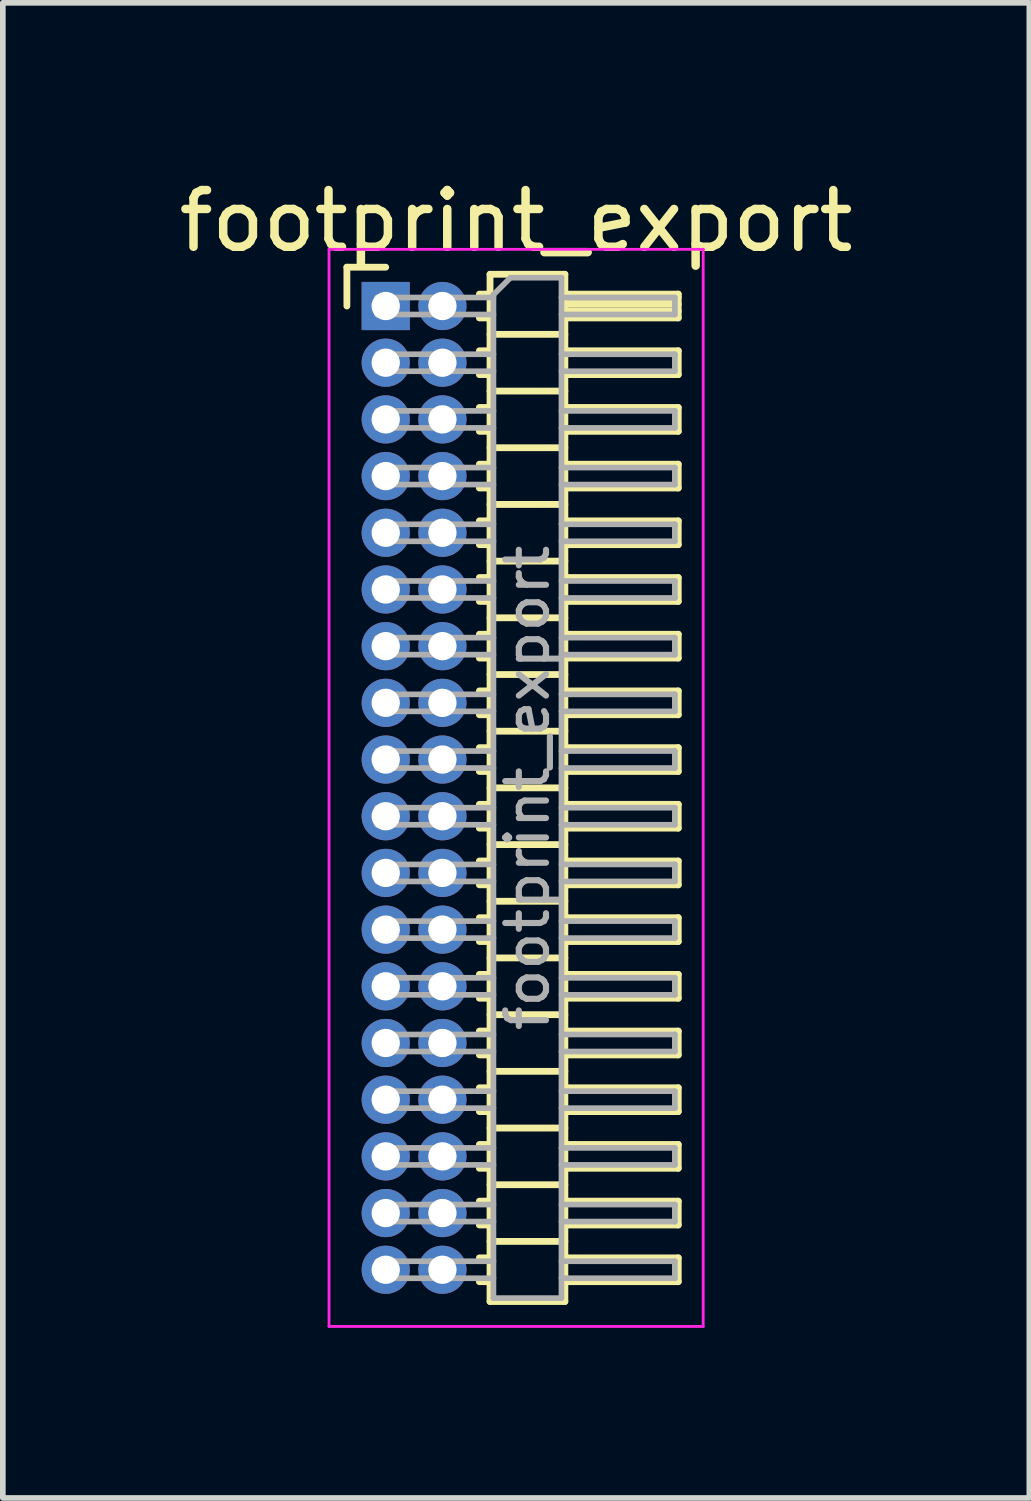
<source format=kicad_pcb>
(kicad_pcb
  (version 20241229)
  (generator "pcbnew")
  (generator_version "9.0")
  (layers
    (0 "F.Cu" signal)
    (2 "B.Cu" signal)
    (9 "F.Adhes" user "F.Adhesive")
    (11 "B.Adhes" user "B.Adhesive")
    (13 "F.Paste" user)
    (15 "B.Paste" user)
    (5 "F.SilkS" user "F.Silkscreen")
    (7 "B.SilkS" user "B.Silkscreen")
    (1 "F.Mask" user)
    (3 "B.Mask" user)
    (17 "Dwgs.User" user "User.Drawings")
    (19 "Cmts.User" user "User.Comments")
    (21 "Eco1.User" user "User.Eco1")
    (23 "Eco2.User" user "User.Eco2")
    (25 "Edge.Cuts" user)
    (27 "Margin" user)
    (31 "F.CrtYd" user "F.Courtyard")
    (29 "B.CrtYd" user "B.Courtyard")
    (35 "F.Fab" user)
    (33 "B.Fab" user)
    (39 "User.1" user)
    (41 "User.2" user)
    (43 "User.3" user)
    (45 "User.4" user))
  (footprint "footprint_export"
    (layer "F.Cu")
    (at 3.754 2.348)
    (property "Reference" "footprint_export" (at 2.3 -1.5 0) (layer "F.SilkS") (effects (font (size 1 1) (thickness 0.15))))
    (attr through_hole)
    (fp_line (start -0.685 -0.685) (end 0 -0.685) (stroke (width 0.12) (type solid)) (layer "F.SilkS"))
    (fp_line (start -0.685 0) (end -0.685 -0.685) (stroke (width 0.12) (type solid)) (layer "F.SilkS"))
    (fp_line (start 1.652 -0.21) (end 1.84 -0.21) (stroke (width 0.12) (type solid)) (layer "F.SilkS"))
    (fp_line (start 1.652 0.21) (end 1.84 0.21) (stroke (width 0.12) (type solid)) (layer "F.SilkS"))
    (fp_line (start 1.652 0.79) (end 1.84 0.79) (stroke (width 0.12) (type solid)) (layer "F.SilkS"))
    (fp_line (start 1.652 1.21) (end 1.84 1.21) (stroke (width 0.12) (type solid)) (layer "F.SilkS"))
    (fp_line (start 1.652 1.79) (end 1.84 1.79) (stroke (width 0.12) (type solid)) (layer "F.SilkS"))
    (fp_line (start 1.652 2.21) (end 1.84 2.21) (stroke (width 0.12) (type solid)) (layer "F.SilkS"))
    (fp_line (start 1.652 2.79) (end 1.84 2.79) (stroke (width 0.12) (type solid)) (layer "F.SilkS"))
    (fp_line (start 1.652 3.21) (end 1.84 3.21) (stroke (width 0.12) (type solid)) (layer "F.SilkS"))
    (fp_line (start 1.652 3.79) (end 1.84 3.79) (stroke (width 0.12) (type solid)) (layer "F.SilkS"))
    (fp_line (start 1.652 4.21) (end 1.84 4.21) (stroke (width 0.12) (type solid)) (layer "F.SilkS"))
    (fp_line (start 1.652 4.79) (end 1.84 4.79) (stroke (width 0.12) (type solid)) (layer "F.SilkS"))
    (fp_line (start 1.652 5.21) (end 1.84 5.21) (stroke (width 0.12) (type solid)) (layer "F.SilkS"))
    (fp_line (start 1.652 5.79) (end 1.84 5.79) (stroke (width 0.12) (type solid)) (layer "F.SilkS"))
    (fp_line (start 1.652 6.21) (end 1.84 6.21) (stroke (width 0.12) (type solid)) (layer "F.SilkS"))
    (fp_line (start 1.652 6.79) (end 1.84 6.79) (stroke (width 0.12) (type solid)) (layer "F.SilkS"))
    (fp_line (start 1.652 7.21) (end 1.84 7.21) (stroke (width 0.12) (type solid)) (layer "F.SilkS"))
    (fp_line (start 1.652 7.79) (end 1.84 7.79) (stroke (width 0.12) (type solid)) (layer "F.SilkS"))
    (fp_line (start 1.652 8.21) (end 1.84 8.21) (stroke (width 0.12) (type solid)) (layer "F.SilkS"))
    (fp_line (start 1.652 8.79) (end 1.84 8.79) (stroke (width 0.12) (type solid)) (layer "F.SilkS"))
    (fp_line (start 1.652 9.21) (end 1.84 9.21) (stroke (width 0.12) (type solid)) (layer "F.SilkS"))
    (fp_line (start 1.652 9.79) (end 1.84 9.79) (stroke (width 0.12) (type solid)) (layer "F.SilkS"))
    (fp_line (start 1.652 10.21) (end 1.84 10.21) (stroke (width 0.12) (type solid)) (layer "F.SilkS"))
    (fp_line (start 1.652 10.79) (end 1.84 10.79) (stroke (width 0.12) (type solid)) (layer "F.SilkS"))
    (fp_line (start 1.652 11.21) (end 1.84 11.21) (stroke (width 0.12) (type solid)) (layer "F.SilkS"))
    (fp_line (start 1.652 11.79) (end 1.84 11.79) (stroke (width 0.12) (type solid)) (layer "F.SilkS"))
    (fp_line (start 1.652 12.21) (end 1.84 12.21) (stroke (width 0.12) (type solid)) (layer "F.SilkS"))
    (fp_line (start 1.652 12.79) (end 1.84 12.79) (stroke (width 0.12) (type solid)) (layer "F.SilkS"))
    (fp_line (start 1.652 13.21) (end 1.84 13.21) (stroke (width 0.12) (type solid)) (layer "F.SilkS"))
    (fp_line (start 1.652 13.79) (end 1.84 13.79) (stroke (width 0.12) (type solid)) (layer "F.SilkS"))
    (fp_line (start 1.652 14.21) (end 1.84 14.21) (stroke (width 0.12) (type solid)) (layer "F.SilkS"))
    (fp_line (start 1.652 14.79) (end 1.84 14.79) (stroke (width 0.12) (type solid)) (layer "F.SilkS"))
    (fp_line (start 1.652 15.21) (end 1.84 15.21) (stroke (width 0.12) (type solid)) (layer "F.SilkS"))
    (fp_line (start 1.652 15.79) (end 1.84 15.79) (stroke (width 0.12) (type solid)) (layer "F.SilkS"))
    (fp_line (start 1.652 16.21) (end 1.84 16.21) (stroke (width 0.12) (type solid)) (layer "F.SilkS"))
    (fp_line (start 1.652 16.79) (end 1.84 16.79) (stroke (width 0.12) (type solid)) (layer "F.SilkS"))
    (fp_line (start 1.652 17.21) (end 1.84 17.21) (stroke (width 0.12) (type solid)) (layer "F.SilkS"))
    (fp_line (start 1.84 -0.56) (end 1.84 17.56) (stroke (width 0.12) (type solid)) (layer "F.SilkS"))
    (fp_line (start 1.84 0.5) (end 3.16 0.5) (stroke (width 0.12) (type solid)) (layer "F.SilkS"))
    (fp_line (start 1.84 1.5) (end 3.16 1.5) (stroke (width 0.12) (type solid)) (layer "F.SilkS"))
    (fp_line (start 1.84 2.5) (end 3.16 2.5) (stroke (width 0.12) (type solid)) (layer "F.SilkS"))
    (fp_line (start 1.84 3.5) (end 3.16 3.5) (stroke (width 0.12) (type solid)) (layer "F.SilkS"))
    (fp_line (start 1.84 4.5) (end 3.16 4.5) (stroke (width 0.12) (type solid)) (layer "F.SilkS"))
    (fp_line (start 1.84 5.5) (end 3.16 5.5) (stroke (width 0.12) (type solid)) (layer "F.SilkS"))
    (fp_line (start 1.84 6.5) (end 3.16 6.5) (stroke (width 0.12) (type solid)) (layer "F.SilkS"))
    (fp_line (start 1.84 7.5) (end 3.16 7.5) (stroke (width 0.12) (type solid)) (layer "F.SilkS"))
    (fp_line (start 1.84 8.5) (end 3.16 8.5) (stroke (width 0.12) (type solid)) (layer "F.SilkS"))
    (fp_line (start 1.84 9.5) (end 3.16 9.5) (stroke (width 0.12) (type solid)) (layer "F.SilkS"))
    (fp_line (start 1.84 10.5) (end 3.16 10.5) (stroke (width 0.12) (type solid)) (layer "F.SilkS"))
    (fp_line (start 1.84 11.5) (end 3.16 11.5) (stroke (width 0.12) (type solid)) (layer "F.SilkS"))
    (fp_line (start 1.84 12.5) (end 3.16 12.5) (stroke (width 0.12) (type solid)) (layer "F.SilkS"))
    (fp_line (start 1.84 13.5) (end 3.16 13.5) (stroke (width 0.12) (type solid)) (layer "F.SilkS"))
    (fp_line (start 1.84 14.5) (end 3.16 14.5) (stroke (width 0.12) (type solid)) (layer "F.SilkS"))
    (fp_line (start 1.84 15.5) (end 3.16 15.5) (stroke (width 0.12) (type solid)) (layer "F.SilkS"))
    (fp_line (start 1.84 16.5) (end 3.16 16.5) (stroke (width 0.12) (type solid)) (layer "F.SilkS"))
    (fp_line (start 1.84 17.56) (end 3.16 17.56) (stroke (width 0.12) (type solid)) (layer "F.SilkS"))
    (fp_line (start 3.16 -0.56) (end 1.84 -0.56) (stroke (width 0.12) (type solid)) (layer "F.SilkS"))
    (fp_line (start 3.16 -0.21) (end 5.16 -0.21) (stroke (width 0.12) (type solid)) (layer "F.SilkS"))
    (fp_line (start 3.16 -0.15) (end 5.16 -0.15) (stroke (width 0.12) (type solid)) (layer "F.SilkS"))
    (fp_line (start 3.16 -0.03) (end 5.16 -0.03) (stroke (width 0.12) (type solid)) (layer "F.SilkS"))
    (fp_line (start 3.16 0.09) (end 5.16 0.09) (stroke (width 0.12) (type solid)) (layer "F.SilkS"))
    (fp_line (start 3.16 0.79) (end 5.16 0.79) (stroke (width 0.12) (type solid)) (layer "F.SilkS"))
    (fp_line (start 3.16 1.79) (end 5.16 1.79) (stroke (width 0.12) (type solid)) (layer "F.SilkS"))
    (fp_line (start 3.16 2.79) (end 5.16 2.79) (stroke (width 0.12) (type solid)) (layer "F.SilkS"))
    (fp_line (start 3.16 3.79) (end 5.16 3.79) (stroke (width 0.12) (type solid)) (layer "F.SilkS"))
    (fp_line (start 3.16 4.79) (end 5.16 4.79) (stroke (width 0.12) (type solid)) (layer "F.SilkS"))
    (fp_line (start 3.16 5.79) (end 5.16 5.79) (stroke (width 0.12) (type solid)) (layer "F.SilkS"))
    (fp_line (start 3.16 6.79) (end 5.16 6.79) (stroke (width 0.12) (type solid)) (layer "F.SilkS"))
    (fp_line (start 3.16 7.79) (end 5.16 7.79) (stroke (width 0.12) (type solid)) (layer "F.SilkS"))
    (fp_line (start 3.16 8.79) (end 5.16 8.79) (stroke (width 0.12) (type solid)) (layer "F.SilkS"))
    (fp_line (start 3.16 9.79) (end 5.16 9.79) (stroke (width 0.12) (type solid)) (layer "F.SilkS"))
    (fp_line (start 3.16 10.79) (end 5.16 10.79) (stroke (width 0.12) (type solid)) (layer "F.SilkS"))
    (fp_line (start 3.16 11.79) (end 5.16 11.79) (stroke (width 0.12) (type solid)) (layer "F.SilkS"))
    (fp_line (start 3.16 12.79) (end 5.16 12.79) (stroke (width 0.12) (type solid)) (layer "F.SilkS"))
    (fp_line (start 3.16 13.79) (end 5.16 13.79) (stroke (width 0.12) (type solid)) (layer "F.SilkS"))
    (fp_line (start 3.16 14.79) (end 5.16 14.79) (stroke (width 0.12) (type solid)) (layer "F.SilkS"))
    (fp_line (start 3.16 15.79) (end 5.16 15.79) (stroke (width 0.12) (type solid)) (layer "F.SilkS"))
    (fp_line (start 3.16 16.79) (end 5.16 16.79) (stroke (width 0.12) (type solid)) (layer "F.SilkS"))
    (fp_line (start 3.16 17.56) (end 3.16 -0.56) (stroke (width 0.12) (type solid)) (layer "F.SilkS"))
    (fp_line (start 5.16 -0.21) (end 5.16 0.21) (stroke (width 0.12) (type solid)) (layer "F.SilkS"))
    (fp_line (start 5.16 0.21) (end 3.16 0.21) (stroke (width 0.12) (type solid)) (layer "F.SilkS"))
    (fp_line (start 5.16 0.79) (end 5.16 1.21) (stroke (width 0.12) (type solid)) (layer "F.SilkS"))
    (fp_line (start 5.16 1.21) (end 3.16 1.21) (stroke (width 0.12) (type solid)) (layer "F.SilkS"))
    (fp_line (start 5.16 1.79) (end 5.16 2.21) (stroke (width 0.12) (type solid)) (layer "F.SilkS"))
    (fp_line (start 5.16 2.21) (end 3.16 2.21) (stroke (width 0.12) (type solid)) (layer "F.SilkS"))
    (fp_line (start 5.16 2.79) (end 5.16 3.21) (stroke (width 0.12) (type solid)) (layer "F.SilkS"))
    (fp_line (start 5.16 3.21) (end 3.16 3.21) (stroke (width 0.12) (type solid)) (layer "F.SilkS"))
    (fp_line (start 5.16 3.79) (end 5.16 4.21) (stroke (width 0.12) (type solid)) (layer "F.SilkS"))
    (fp_line (start 5.16 4.21) (end 3.16 4.21) (stroke (width 0.12) (type solid)) (layer "F.SilkS"))
    (fp_line (start 5.16 4.79) (end 5.16 5.21) (stroke (width 0.12) (type solid)) (layer "F.SilkS"))
    (fp_line (start 5.16 5.21) (end 3.16 5.21) (stroke (width 0.12) (type solid)) (layer "F.SilkS"))
    (fp_line (start 5.16 5.79) (end 5.16 6.21) (stroke (width 0.12) (type solid)) (layer "F.SilkS"))
    (fp_line (start 5.16 6.21) (end 3.16 6.21) (stroke (width 0.12) (type solid)) (layer "F.SilkS"))
    (fp_line (start 5.16 6.79) (end 5.16 7.21) (stroke (width 0.12) (type solid)) (layer "F.SilkS"))
    (fp_line (start 5.16 7.21) (end 3.16 7.21) (stroke (width 0.12) (type solid)) (layer "F.SilkS"))
    (fp_line (start 5.16 7.79) (end 5.16 8.21) (stroke (width 0.12) (type solid)) (layer "F.SilkS"))
    (fp_line (start 5.16 8.21) (end 3.16 8.21) (stroke (width 0.12) (type solid)) (layer "F.SilkS"))
    (fp_line (start 5.16 8.79) (end 5.16 9.21) (stroke (width 0.12) (type solid)) (layer "F.SilkS"))
    (fp_line (start 5.16 9.21) (end 3.16 9.21) (stroke (width 0.12) (type solid)) (layer "F.SilkS"))
    (fp_line (start 5.16 9.79) (end 5.16 10.21) (stroke (width 0.12) (type solid)) (layer "F.SilkS"))
    (fp_line (start 5.16 10.21) (end 3.16 10.21) (stroke (width 0.12) (type solid)) (layer "F.SilkS"))
    (fp_line (start 5.16 10.79) (end 5.16 11.21) (stroke (width 0.12) (type solid)) (layer "F.SilkS"))
    (fp_line (start 5.16 11.21) (end 3.16 11.21) (stroke (width 0.12) (type solid)) (layer "F.SilkS"))
    (fp_line (start 5.16 11.79) (end 5.16 12.21) (stroke (width 0.12) (type solid)) (layer "F.SilkS"))
    (fp_line (start 5.16 12.21) (end 3.16 12.21) (stroke (width 0.12) (type solid)) (layer "F.SilkS"))
    (fp_line (start 5.16 12.79) (end 5.16 13.21) (stroke (width 0.12) (type solid)) (layer "F.SilkS"))
    (fp_line (start 5.16 13.21) (end 3.16 13.21) (stroke (width 0.12) (type solid)) (layer "F.SilkS"))
    (fp_line (start 5.16 13.79) (end 5.16 14.21) (stroke (width 0.12) (type solid)) (layer "F.SilkS"))
    (fp_line (start 5.16 14.21) (end 3.16 14.21) (stroke (width 0.12) (type solid)) (layer "F.SilkS"))
    (fp_line (start 5.16 14.79) (end 5.16 15.21) (stroke (width 0.12) (type solid)) (layer "F.SilkS"))
    (fp_line (start 5.16 15.21) (end 3.16 15.21) (stroke (width 0.12) (type solid)) (layer "F.SilkS"))
    (fp_line (start 5.16 15.79) (end 5.16 16.21) (stroke (width 0.12) (type solid)) (layer "F.SilkS"))
    (fp_line (start 5.16 16.21) (end 3.16 16.21) (stroke (width 0.12) (type solid)) (layer "F.SilkS"))
    (fp_line (start 5.16 16.79) (end 5.16 17.21) (stroke (width 0.12) (type solid)) (layer "F.SilkS"))
    (fp_line (start 5.16 17.21) (end 3.16 17.21) (stroke (width 0.12) (type solid)) (layer "F.SilkS"))
    (fp_line (start -1 -1) (end -1 18) (stroke (width 0.05) (type solid)) (layer "F.CrtYd"))
    (fp_line (start -1 18) (end 5.6 18) (stroke (width 0.05) (type solid)) (layer "F.CrtYd"))
    (fp_line (start 5.6 -1) (end -1 -1) (stroke (width 0.05) (type solid)) (layer "F.CrtYd"))
    (fp_line (start 5.6 18) (end 5.6 -1) (stroke (width 0.05) (type solid)) (layer "F.CrtYd"))
    (fp_line (start -0.15 -0.15) (end -0.15 0.15) (stroke (width 0.1) (type solid)) (layer "F.Fab"))
    (fp_line (start -0.15 -0.15) (end 1.9 -0.15) (stroke (width 0.1) (type solid)) (layer "F.Fab"))
    (fp_line (start -0.15 0.15) (end 1.9 0.15) (stroke (width 0.1) (type solid)) (layer "F.Fab"))
    (fp_line (start -0.15 0.85) (end -0.15 1.15) (stroke (width 0.1) (type solid)) (layer "F.Fab"))
    (fp_line (start -0.15 0.85) (end 1.9 0.85) (stroke (width 0.1) (type solid)) (layer "F.Fab"))
    (fp_line (start -0.15 1.15) (end 1.9 1.15) (stroke (width 0.1) (type solid)) (layer "F.Fab"))
    (fp_line (start -0.15 1.85) (end -0.15 2.15) (stroke (width 0.1) (type solid)) (layer "F.Fab"))
    (fp_line (start -0.15 1.85) (end 1.9 1.85) (stroke (width 0.1) (type solid)) (layer "F.Fab"))
    (fp_line (start -0.15 2.15) (end 1.9 2.15) (stroke (width 0.1) (type solid)) (layer "F.Fab"))
    (fp_line (start -0.15 2.85) (end -0.15 3.15) (stroke (width 0.1) (type solid)) (layer "F.Fab"))
    (fp_line (start -0.15 2.85) (end 1.9 2.85) (stroke (width 0.1) (type solid)) (layer "F.Fab"))
    (fp_line (start -0.15 3.15) (end 1.9 3.15) (stroke (width 0.1) (type solid)) (layer "F.Fab"))
    (fp_line (start -0.15 3.85) (end -0.15 4.15) (stroke (width 0.1) (type solid)) (layer "F.Fab"))
    (fp_line (start -0.15 3.85) (end 1.9 3.85) (stroke (width 0.1) (type solid)) (layer "F.Fab"))
    (fp_line (start -0.15 4.15) (end 1.9 4.15) (stroke (width 0.1) (type solid)) (layer "F.Fab"))
    (fp_line (start -0.15 4.85) (end -0.15 5.15) (stroke (width 0.1) (type solid)) (layer "F.Fab"))
    (fp_line (start -0.15 4.85) (end 1.9 4.85) (stroke (width 0.1) (type solid)) (layer "F.Fab"))
    (fp_line (start -0.15 5.15) (end 1.9 5.15) (stroke (width 0.1) (type solid)) (layer "F.Fab"))
    (fp_line (start -0.15 5.85) (end -0.15 6.15) (stroke (width 0.1) (type solid)) (layer "F.Fab"))
    (fp_line (start -0.15 5.85) (end 1.9 5.85) (stroke (width 0.1) (type solid)) (layer "F.Fab"))
    (fp_line (start -0.15 6.15) (end 1.9 6.15) (stroke (width 0.1) (type solid)) (layer "F.Fab"))
    (fp_line (start -0.15 6.85) (end -0.15 7.15) (stroke (width 0.1) (type solid)) (layer "F.Fab"))
    (fp_line (start -0.15 6.85) (end 1.9 6.85) (stroke (width 0.1) (type solid)) (layer "F.Fab"))
    (fp_line (start -0.15 7.15) (end 1.9 7.15) (stroke (width 0.1) (type solid)) (layer "F.Fab"))
    (fp_line (start -0.15 7.85) (end -0.15 8.15) (stroke (width 0.1) (type solid)) (layer "F.Fab"))
    (fp_line (start -0.15 7.85) (end 1.9 7.85) (stroke (width 0.1) (type solid)) (layer "F.Fab"))
    (fp_line (start -0.15 8.15) (end 1.9 8.15) (stroke (width 0.1) (type solid)) (layer "F.Fab"))
    (fp_line (start -0.15 8.85) (end -0.15 9.15) (stroke (width 0.1) (type solid)) (layer "F.Fab"))
    (fp_line (start -0.15 8.85) (end 1.9 8.85) (stroke (width 0.1) (type solid)) (layer "F.Fab"))
    (fp_line (start -0.15 9.15) (end 1.9 9.15) (stroke (width 0.1) (type solid)) (layer "F.Fab"))
    (fp_line (start -0.15 9.85) (end -0.15 10.15) (stroke (width 0.1) (type solid)) (layer "F.Fab"))
    (fp_line (start -0.15 9.85) (end 1.9 9.85) (stroke (width 0.1) (type solid)) (layer "F.Fab"))
    (fp_line (start -0.15 10.15) (end 1.9 10.15) (stroke (width 0.1) (type solid)) (layer "F.Fab"))
    (fp_line (start -0.15 10.85) (end -0.15 11.15) (stroke (width 0.1) (type solid)) (layer "F.Fab"))
    (fp_line (start -0.15 10.85) (end 1.9 10.85) (stroke (width 0.1) (type solid)) (layer "F.Fab"))
    (fp_line (start -0.15 11.15) (end 1.9 11.15) (stroke (width 0.1) (type solid)) (layer "F.Fab"))
    (fp_line (start -0.15 11.85) (end -0.15 12.15) (stroke (width 0.1) (type solid)) (layer "F.Fab"))
    (fp_line (start -0.15 11.85) (end 1.9 11.85) (stroke (width 0.1) (type solid)) (layer "F.Fab"))
    (fp_line (start -0.15 12.15) (end 1.9 12.15) (stroke (width 0.1) (type solid)) (layer "F.Fab"))
    (fp_line (start -0.15 12.85) (end -0.15 13.15) (stroke (width 0.1) (type solid)) (layer "F.Fab"))
    (fp_line (start -0.15 12.85) (end 1.9 12.85) (stroke (width 0.1) (type solid)) (layer "F.Fab"))
    (fp_line (start -0.15 13.15) (end 1.9 13.15) (stroke (width 0.1) (type solid)) (layer "F.Fab"))
    (fp_line (start -0.15 13.85) (end -0.15 14.15) (stroke (width 0.1) (type solid)) (layer "F.Fab"))
    (fp_line (start -0.15 13.85) (end 1.9 13.85) (stroke (width 0.1) (type solid)) (layer "F.Fab"))
    (fp_line (start -0.15 14.15) (end 1.9 14.15) (stroke (width 0.1) (type solid)) (layer "F.Fab"))
    (fp_line (start -0.15 14.85) (end -0.15 15.15) (stroke (width 0.1) (type solid)) (layer "F.Fab"))
    (fp_line (start -0.15 14.85) (end 1.9 14.85) (stroke (width 0.1) (type solid)) (layer "F.Fab"))
    (fp_line (start -0.15 15.15) (end 1.9 15.15) (stroke (width 0.1) (type solid)) (layer "F.Fab"))
    (fp_line (start -0.15 15.85) (end -0.15 16.15) (stroke (width 0.1) (type solid)) (layer "F.Fab"))
    (fp_line (start -0.15 15.85) (end 1.9 15.85) (stroke (width 0.1) (type solid)) (layer "F.Fab"))
    (fp_line (start -0.15 16.15) (end 1.9 16.15) (stroke (width 0.1) (type solid)) (layer "F.Fab"))
    (fp_line (start -0.15 16.85) (end -0.15 17.15) (stroke (width 0.1) (type solid)) (layer "F.Fab"))
    (fp_line (start -0.15 16.85) (end 1.9 16.85) (stroke (width 0.1) (type solid)) (layer "F.Fab"))
    (fp_line (start -0.15 17.15) (end 1.9 17.15) (stroke (width 0.1) (type solid)) (layer "F.Fab"))
    (fp_line (start 1.9 -0.2) (end 2.2 -0.5) (stroke (width 0.1) (type solid)) (layer "F.Fab"))
    (fp_line (start 1.9 17.5) (end 1.9 -0.2) (stroke (width 0.1) (type solid)) (layer "F.Fab"))
    (fp_line (start 2.2 -0.5) (end 3.1 -0.5) (stroke (width 0.1) (type solid)) (layer "F.Fab"))
    (fp_line (start 3.1 -0.5) (end 3.1 17.5) (stroke (width 0.1) (type solid)) (layer "F.Fab"))
    (fp_line (start 3.1 -0.15) (end 5.1 -0.15) (stroke (width 0.1) (type solid)) (layer "F.Fab"))
    (fp_line (start 3.1 0.15) (end 5.1 0.15) (stroke (width 0.1) (type solid)) (layer "F.Fab"))
    (fp_line (start 3.1 0.85) (end 5.1 0.85) (stroke (width 0.1) (type solid)) (layer "F.Fab"))
    (fp_line (start 3.1 1.15) (end 5.1 1.15) (stroke (width 0.1) (type solid)) (layer "F.Fab"))
    (fp_line (start 3.1 1.85) (end 5.1 1.85) (stroke (width 0.1) (type solid)) (layer "F.Fab"))
    (fp_line (start 3.1 2.15) (end 5.1 2.15) (stroke (width 0.1) (type solid)) (layer "F.Fab"))
    (fp_line (start 3.1 2.85) (end 5.1 2.85) (stroke (width 0.1) (type solid)) (layer "F.Fab"))
    (fp_line (start 3.1 3.15) (end 5.1 3.15) (stroke (width 0.1) (type solid)) (layer "F.Fab"))
    (fp_line (start 3.1 3.85) (end 5.1 3.85) (stroke (width 0.1) (type solid)) (layer "F.Fab"))
    (fp_line (start 3.1 4.15) (end 5.1 4.15) (stroke (width 0.1) (type solid)) (layer "F.Fab"))
    (fp_line (start 3.1 4.85) (end 5.1 4.85) (stroke (width 0.1) (type solid)) (layer "F.Fab"))
    (fp_line (start 3.1 5.15) (end 5.1 5.15) (stroke (width 0.1) (type solid)) (layer "F.Fab"))
    (fp_line (start 3.1 5.85) (end 5.1 5.85) (stroke (width 0.1) (type solid)) (layer "F.Fab"))
    (fp_line (start 3.1 6.15) (end 5.1 6.15) (stroke (width 0.1) (type solid)) (layer "F.Fab"))
    (fp_line (start 3.1 6.85) (end 5.1 6.85) (stroke (width 0.1) (type solid)) (layer "F.Fab"))
    (fp_line (start 3.1 7.15) (end 5.1 7.15) (stroke (width 0.1) (type solid)) (layer "F.Fab"))
    (fp_line (start 3.1 7.85) (end 5.1 7.85) (stroke (width 0.1) (type solid)) (layer "F.Fab"))
    (fp_line (start 3.1 8.15) (end 5.1 8.15) (stroke (width 0.1) (type solid)) (layer "F.Fab"))
    (fp_line (start 3.1 8.85) (end 5.1 8.85) (stroke (width 0.1) (type solid)) (layer "F.Fab"))
    (fp_line (start 3.1 9.15) (end 5.1 9.15) (stroke (width 0.1) (type solid)) (layer "F.Fab"))
    (fp_line (start 3.1 9.85) (end 5.1 9.85) (stroke (width 0.1) (type solid)) (layer "F.Fab"))
    (fp_line (start 3.1 10.15) (end 5.1 10.15) (stroke (width 0.1) (type solid)) (layer "F.Fab"))
    (fp_line (start 3.1 10.85) (end 5.1 10.85) (stroke (width 0.1) (type solid)) (layer "F.Fab"))
    (fp_line (start 3.1 11.15) (end 5.1 11.15) (stroke (width 0.1) (type solid)) (layer "F.Fab"))
    (fp_line (start 3.1 11.85) (end 5.1 11.85) (stroke (width 0.1) (type solid)) (layer "F.Fab"))
    (fp_line (start 3.1 12.15) (end 5.1 12.15) (stroke (width 0.1) (type solid)) (layer "F.Fab"))
    (fp_line (start 3.1 12.85) (end 5.1 12.85) (stroke (width 0.1) (type solid)) (layer "F.Fab"))
    (fp_line (start 3.1 13.15) (end 5.1 13.15) (stroke (width 0.1) (type solid)) (layer "F.Fab"))
    (fp_line (start 3.1 13.85) (end 5.1 13.85) (stroke (width 0.1) (type solid)) (layer "F.Fab"))
    (fp_line (start 3.1 14.15) (end 5.1 14.15) (stroke (width 0.1) (type solid)) (layer "F.Fab"))
    (fp_line (start 3.1 14.85) (end 5.1 14.85) (stroke (width 0.1) (type solid)) (layer "F.Fab"))
    (fp_line (start 3.1 15.15) (end 5.1 15.15) (stroke (width 0.1) (type solid)) (layer "F.Fab"))
    (fp_line (start 3.1 15.85) (end 5.1 15.85) (stroke (width 0.1) (type solid)) (layer "F.Fab"))
    (fp_line (start 3.1 16.15) (end 5.1 16.15) (stroke (width 0.1) (type solid)) (layer "F.Fab"))
    (fp_line (start 3.1 16.85) (end 5.1 16.85) (stroke (width 0.1) (type solid)) (layer "F.Fab"))
    (fp_line (start 3.1 17.15) (end 5.1 17.15) (stroke (width 0.1) (type solid)) (layer "F.Fab"))
    (fp_line (start 3.1 17.5) (end 1.9 17.5) (stroke (width 0.1) (type solid)) (layer "F.Fab"))
    (fp_line (start 5.1 -0.15) (end 5.1 0.15) (stroke (width 0.1) (type solid)) (layer "F.Fab"))
    (fp_line (start 5.1 0.85) (end 5.1 1.15) (stroke (width 0.1) (type solid)) (layer "F.Fab"))
    (fp_line (start 5.1 1.85) (end 5.1 2.15) (stroke (width 0.1) (type solid)) (layer "F.Fab"))
    (fp_line (start 5.1 2.85) (end 5.1 3.15) (stroke (width 0.1) (type solid)) (layer "F.Fab"))
    (fp_line (start 5.1 3.85) (end 5.1 4.15) (stroke (width 0.1) (type solid)) (layer "F.Fab"))
    (fp_line (start 5.1 4.85) (end 5.1 5.15) (stroke (width 0.1) (type solid)) (layer "F.Fab"))
    (fp_line (start 5.1 5.85) (end 5.1 6.15) (stroke (width 0.1) (type solid)) (layer "F.Fab"))
    (fp_line (start 5.1 6.85) (end 5.1 7.15) (stroke (width 0.1) (type solid)) (layer "F.Fab"))
    (fp_line (start 5.1 7.85) (end 5.1 8.15) (stroke (width 0.1) (type solid)) (layer "F.Fab"))
    (fp_line (start 5.1 8.85) (end 5.1 9.15) (stroke (width 0.1) (type solid)) (layer "F.Fab"))
    (fp_line (start 5.1 9.85) (end 5.1 10.15) (stroke (width 0.1) (type solid)) (layer "F.Fab"))
    (fp_line (start 5.1 10.85) (end 5.1 11.15) (stroke (width 0.1) (type solid)) (layer "F.Fab"))
    (fp_line (start 5.1 11.85) (end 5.1 12.15) (stroke (width 0.1) (type solid)) (layer "F.Fab"))
    (fp_line (start 5.1 12.85) (end 5.1 13.15) (stroke (width 0.1) (type solid)) (layer "F.Fab"))
    (fp_line (start 5.1 13.85) (end 5.1 14.15) (stroke (width 0.1) (type solid)) (layer "F.Fab"))
    (fp_line (start 5.1 14.85) (end 5.1 15.15) (stroke (width 0.1) (type solid)) (layer "F.Fab"))
    (fp_line (start 5.1 15.85) (end 5.1 16.15) (stroke (width 0.1) (type solid)) (layer "F.Fab"))
    (fp_line (start 5.1 16.85) (end 5.1 17.15) (stroke (width 0.1) (type solid)) (layer "F.Fab"))
    (fp_text user "${REFERENCE}" (at 2.5 8.5 90) (layer "F.Fab") (effects (font (size 0.72 0.72) (thickness 0.108))))
    (pad "1" thru_hole rect (at 0 0) (size 0.85 0.85) (drill 0.5) (layers "*.Cu" "*.Mask"))
    (pad "2" thru_hole oval (at 1 0) (size 0.85 0.85) (drill 0.5) (layers "*.Cu" "*.Mask"))
    (pad "3" thru_hole oval (at 0 1) (size 0.85 0.85) (drill 0.5) (layers "*.Cu" "*.Mask"))
    (pad "4" thru_hole oval (at 1 1) (size 0.85 0.85) (drill 0.5) (layers "*.Cu" "*.Mask"))
    (pad "5" thru_hole oval (at 0 2) (size 0.85 0.85) (drill 0.5) (layers "*.Cu" "*.Mask"))
    (pad "6" thru_hole oval (at 1 2) (size 0.85 0.85) (drill 0.5) (layers "*.Cu" "*.Mask"))
    (pad "7" thru_hole oval (at 0 3) (size 0.85 0.85) (drill 0.5) (layers "*.Cu" "*.Mask"))
    (pad "8" thru_hole oval (at 1 3) (size 0.85 0.85) (drill 0.5) (layers "*.Cu" "*.Mask"))
    (pad "9" thru_hole oval (at 0 4) (size 0.85 0.85) (drill 0.5) (layers "*.Cu" "*.Mask"))
    (pad "10" thru_hole oval (at 1 4) (size 0.85 0.85) (drill 0.5) (layers "*.Cu" "*.Mask"))
    (pad "11" thru_hole oval (at 0 5) (size 0.85 0.85) (drill 0.5) (layers "*.Cu" "*.Mask"))
    (pad "12" thru_hole oval (at 1 5) (size 0.85 0.85) (drill 0.5) (layers "*.Cu" "*.Mask"))
    (pad "13" thru_hole oval (at 0 6) (size 0.85 0.85) (drill 0.5) (layers "*.Cu" "*.Mask"))
    (pad "14" thru_hole oval (at 1 6) (size 0.85 0.85) (drill 0.5) (layers "*.Cu" "*.Mask"))
    (pad "15" thru_hole oval (at 0 7) (size 0.85 0.85) (drill 0.5) (layers "*.Cu" "*.Mask"))
    (pad "16" thru_hole oval (at 1 7) (size 0.85 0.85) (drill 0.5) (layers "*.Cu" "*.Mask"))
    (pad "17" thru_hole oval (at 0 8) (size 0.85 0.85) (drill 0.5) (layers "*.Cu" "*.Mask"))
    (pad "18" thru_hole oval (at 1 8) (size 0.85 0.85) (drill 0.5) (layers "*.Cu" "*.Mask"))
    (pad "19" thru_hole oval (at 0 9) (size 0.85 0.85) (drill 0.5) (layers "*.Cu" "*.Mask"))
    (pad "20" thru_hole oval (at 1 9) (size 0.85 0.85) (drill 0.5) (layers "*.Cu" "*.Mask"))
    (pad "21" thru_hole oval (at 0 10) (size 0.85 0.85) (drill 0.5) (layers "*.Cu" "*.Mask"))
    (pad "22" thru_hole oval (at 1 10) (size 0.85 0.85) (drill 0.5) (layers "*.Cu" "*.Mask"))
    (pad "23" thru_hole oval (at 0 11) (size 0.85 0.85) (drill 0.5) (layers "*.Cu" "*.Mask"))
    (pad "24" thru_hole oval (at 1 11) (size 0.85 0.85) (drill 0.5) (layers "*.Cu" "*.Mask"))
    (pad "25" thru_hole oval (at 0 12) (size 0.85 0.85) (drill 0.5) (layers "*.Cu" "*.Mask"))
    (pad "26" thru_hole oval (at 1 12) (size 0.85 0.85) (drill 0.5) (layers "*.Cu" "*.Mask"))
    (pad "27" thru_hole oval (at 0 13) (size 0.85 0.85) (drill 0.5) (layers "*.Cu" "*.Mask"))
    (pad "28" thru_hole oval (at 1 13) (size 0.85 0.85) (drill 0.5) (layers "*.Cu" "*.Mask"))
    (pad "29" thru_hole oval (at 0 14) (size 0.85 0.85) (drill 0.5) (layers "*.Cu" "*.Mask"))
    (pad "30" thru_hole oval (at 1 14) (size 0.85 0.85) (drill 0.5) (layers "*.Cu" "*.Mask"))
    (pad "31" thru_hole oval (at 0 15) (size 0.85 0.85) (drill 0.5) (layers "*.Cu" "*.Mask"))
    (pad "32" thru_hole oval (at 1 15) (size 0.85 0.85) (drill 0.5) (layers "*.Cu" "*.Mask"))
    (pad "33" thru_hole oval (at 0 16) (size 0.85 0.85) (drill 0.5) (layers "*.Cu" "*.Mask"))
    (pad "34" thru_hole oval (at 1 16) (size 0.85 0.85) (drill 0.5) (layers "*.Cu" "*.Mask"))
    (pad "35" thru_hole oval (at 0 17) (size 0.85 0.85) (drill 0.5) (layers "*.Cu" "*.Mask"))
    (pad "36" thru_hole oval (at 1 17) (size 0.85 0.85) (drill 0.5) (layers "*.Cu" "*.Mask")))
  (gr_rect
    (start -3 -3)
    (end 15.107 23.373)
    (stroke (width 0.1) (type default))
    (fill no)
    (layer "Edge.Cuts")))
</source>
